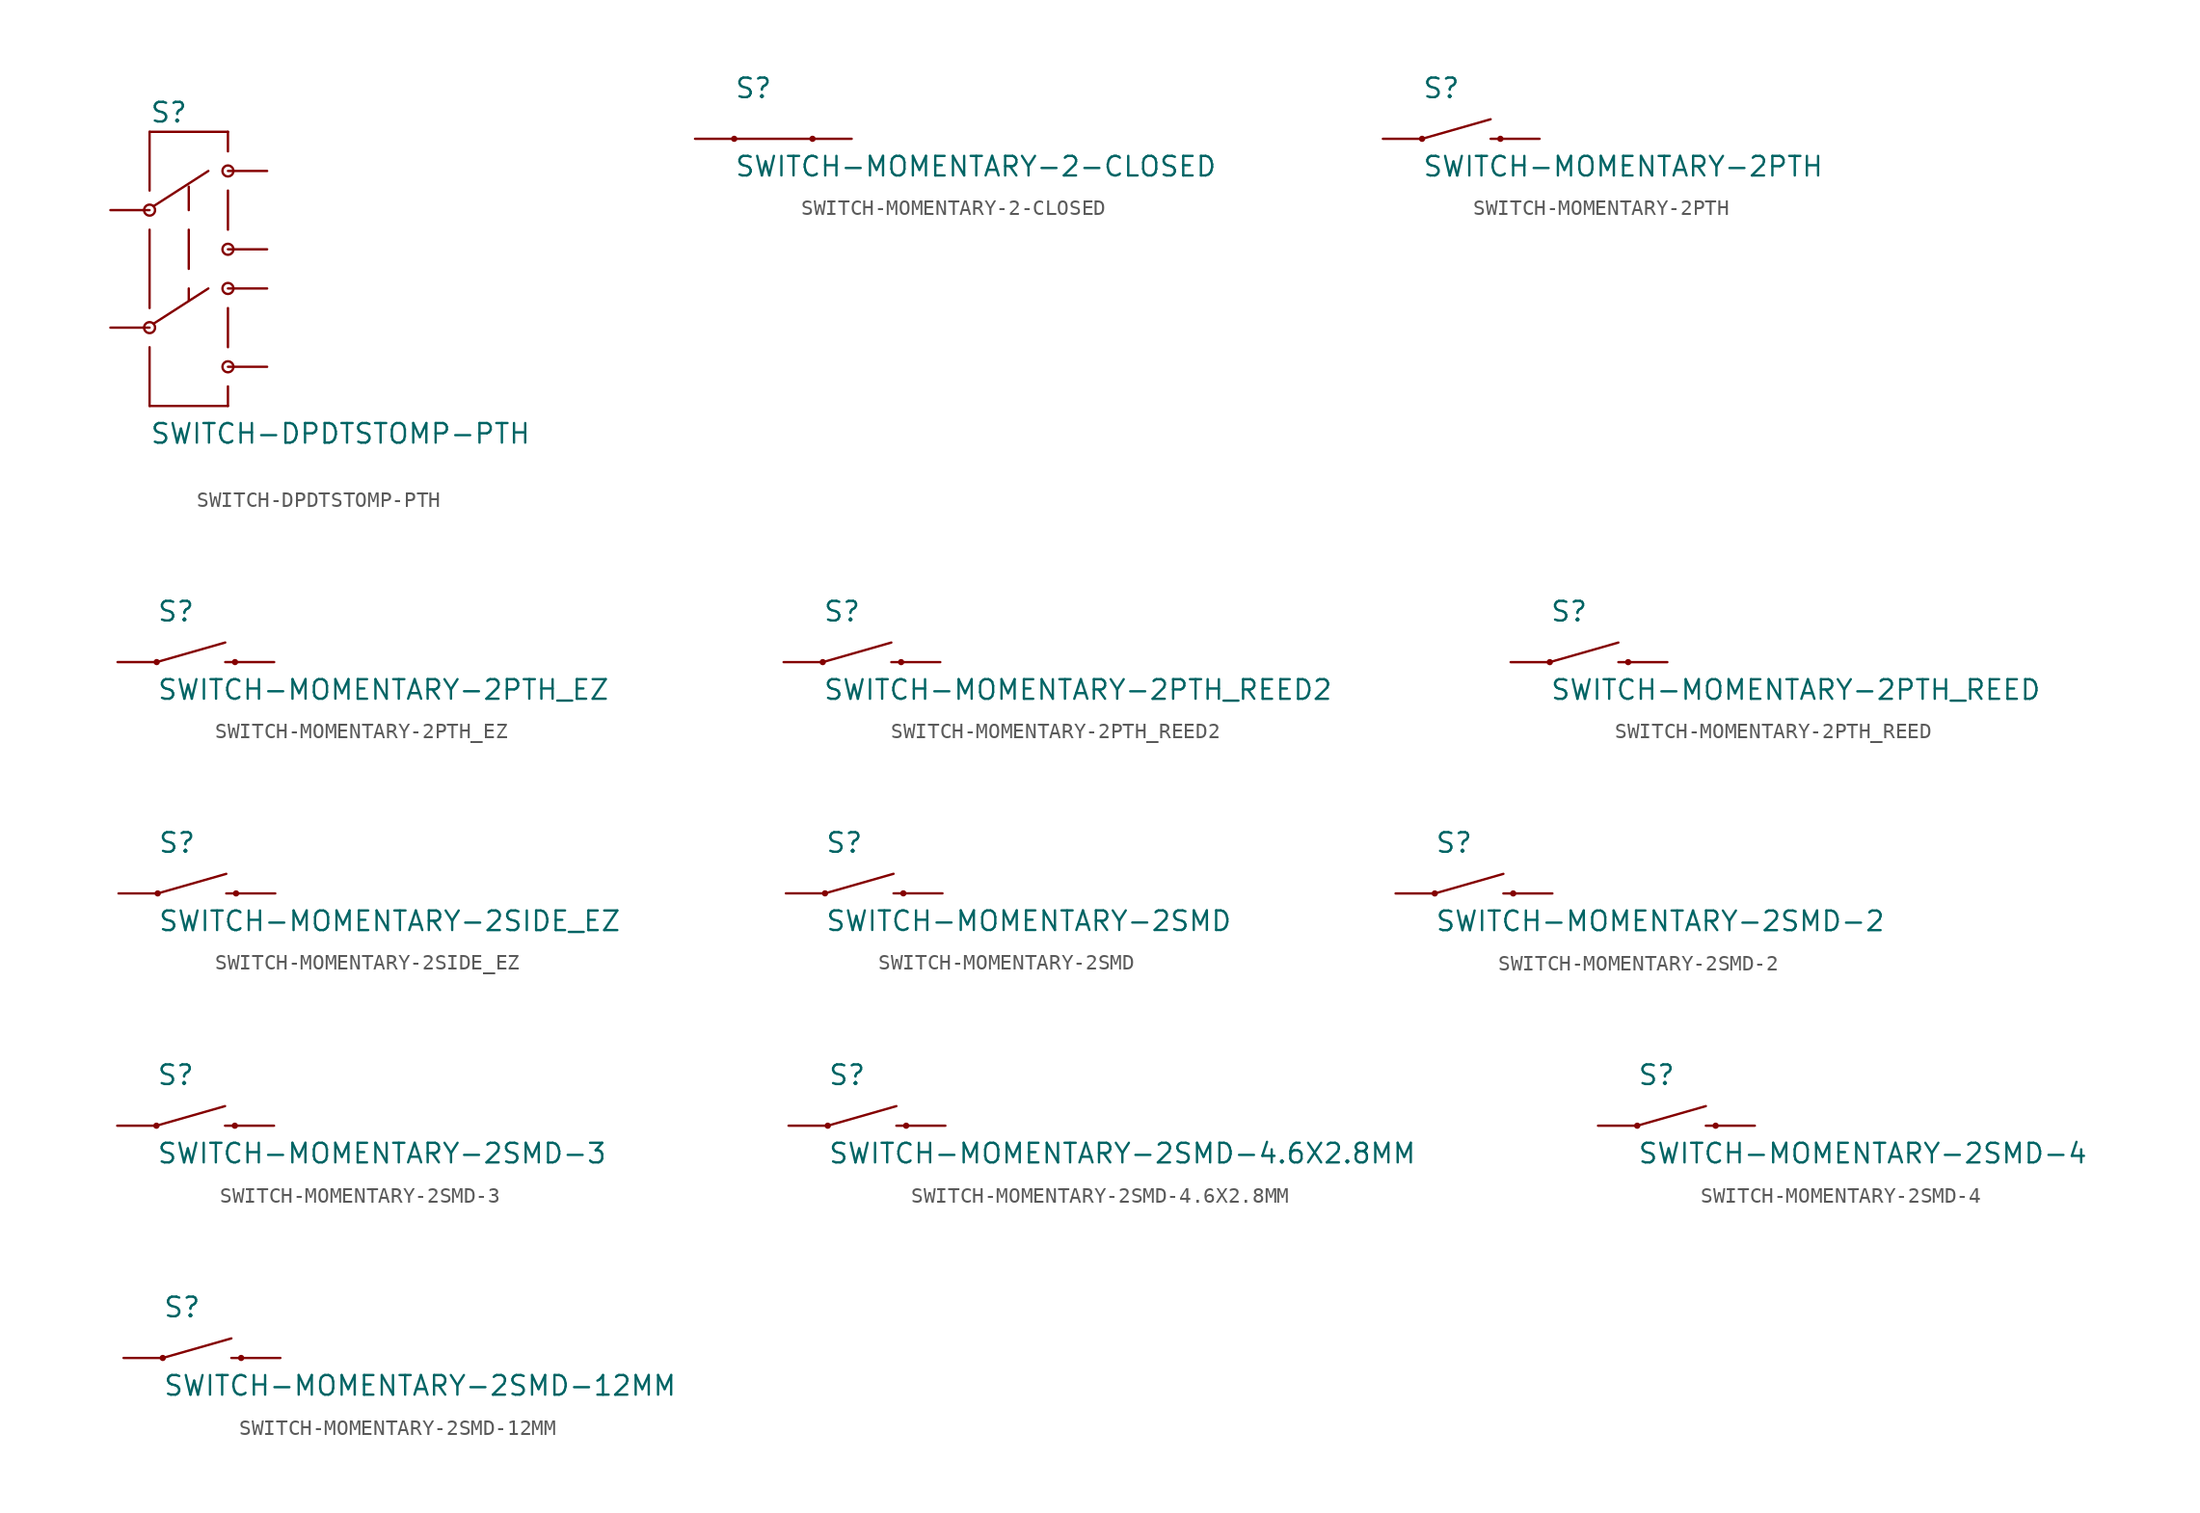
<source format=kicad_sym>
(kicad_symbol_lib
  (version 20220914)
  (generator kicad_symbol_editor)
  (symbol "SWITCH-DPDTSTOMP-PTH"
    (pin_numbers hide)
    (pin_names
      (offset 1.016) hide)
    (property "Reference" "S"
      (at -2.54 8.128 0)
      (effects (font (size 1.27 1.27)) (justify left bottom)))
    (property "Value" "SWITCH-DPDTSTOMP-PTH"
      (at -2.54 -12.7 0)
      (effects (font (size 1.27 1.27)) (justify left bottom)))
    (property "ki_locked" ""
      (at 0 0 0)
      (effects (font (size 1.27 1.27))))
    (symbol "SWITCH-DPDTSTOMP-PTH_1_0"
      (polyline (pts (xy -2.54 -10.16) (xy 2.54 -10.16)) (stroke (width 0) (type solid)) (fill (type none)))
      (polyline (pts (xy -2.54 -6.35) (xy -2.54 -10.16)) (stroke (width 0) (type solid)) (fill (type none)))
      (polyline (pts (xy -2.54 1.27) (xy -2.54 -3.81)) (stroke (width 0) (type solid)) (fill (type none)))
      (polyline (pts (xy -2.54 7.62) (xy -2.54 3.81)) (stroke (width 0) (type solid)) (fill (type none)))
      (polyline (pts (xy -2.286 -4.826) (xy 1.27 -2.54)) (stroke (width 0) (type solid)) (fill (type none)))
      (polyline (pts (xy 0 -2.54) (xy 0 -3.302)) (stroke (width 0) (type solid)) (fill (type none)))
      (polyline (pts (xy 0 1.27) (xy 0 -1.27)) (stroke (width 0) (type solid)) (fill (type none)))
      (polyline (pts (xy 0 4.064) (xy 0 2.54)) (stroke (width 0) (type solid)) (fill (type none)))
      (polyline (pts (xy 1.27 5.08) (xy -2.286 2.794)) (stroke (width 0) (type solid)) (fill (type none)))
      (polyline (pts (xy 2.54 -10.16) (xy 2.54 -8.89)) (stroke (width 0) (type solid)) (fill (type none)))
      (polyline (pts (xy 2.54 -6.35) (xy 2.54 -3.81)) (stroke (width 0) (type solid)) (fill (type none)))
      (polyline (pts (xy 2.54 3.81) (xy 2.54 1.27)) (stroke (width 0) (type solid)) (fill (type none)))
      (polyline (pts (xy 2.54 6.35) (xy 2.54 7.62)) (stroke (width 0) (type solid)) (fill (type none)))
      (polyline (pts (xy 2.54 7.62) (xy -2.54 7.62)) (stroke (width 0) (type solid)) (fill (type none))))
    (symbol "SWITCH-DPDTSTOMP-PTH_1_1"
      (circle (center -2.54 -5.08) (radius 0.356) (stroke (width 0) (type solid)) (fill (type none)))
      (circle (center -2.54 2.54) (radius 0.356) (stroke (width 0) (type solid)) (fill (type none)))
      (circle (center 2.54 -7.62) (radius 0.356) (stroke (width 0) (type solid)) (fill (type none)))
      (circle (center 2.54 -2.54) (radius 0.356) (stroke (width 0) (type solid)) (fill (type none)))
      (circle (center 2.54 0) (radius 0.356) (stroke (width 0) (type solid)) (fill (type none)))
      (circle (center 2.54 5.08) (radius 0.356) (stroke (width 0) (type solid)) (fill (type none)))
      (pin bidirectional line (at 5.08 5.08 180) (length 2.54) (name "1" (effects (font (size 1.016 1.016)))) (number "P$1" (effects (font (size 1.016 1.016)))))
      (pin bidirectional line (at -5.08 2.54 0) (length 2.54) (name "2" (effects (font (size 1.016 1.016)))) (number "P$2" (effects (font (size 1.016 1.016)))))
      (pin bidirectional line (at 5.08 0 180) (length 2.54) (name "3" (effects (font (size 1.016 1.016)))) (number "P$3" (effects (font (size 1.016 1.016)))))
      (pin bidirectional line (at 5.08 -2.54 180) (length 2.54) (name "4" (effects (font (size 1.016 1.016)))) (number "P$4" (effects (font (size 1.016 1.016)))))
      (pin bidirectional line (at -5.08 -5.08 0) (length 2.54) (name "5" (effects (font (size 1.016 1.016)))) (number "P$5" (effects (font (size 1.016 1.016)))))
      (pin bidirectional line (at 5.08 -7.62 180) (length 2.54) (name "6" (effects (font (size 1.016 1.016)))) (number "P$6" (effects (font (size 1.016 1.016)))))))
  (symbol "SWITCH-MOMENTARY-2-CLOSED"
    (pin_numbers hide)
    (pin_names
      (offset 1.016) hide)
    (property "Reference" "S"
      (at -2.54 2.54 0)
      (effects (font (size 1.27 1.27)) (justify left bottom)))
    (property "Value" "SWITCH-MOMENTARY-2-CLOSED"
      (at -2.54 -2.54 0)
      (effects (font (size 1.27 1.27)) (justify left bottom)))
    (property "ki_locked" ""
      (at 0 0 0)
      (effects (font (size 1.27 1.27))))
    (symbol "SWITCH-MOMENTARY-2-CLOSED_1_0"
      (polyline (pts (xy -2.54 0) (xy 2.54 0)) (stroke (width 0) (type solid)) (fill (type none))))
    (symbol "SWITCH-MOMENTARY-2-CLOSED_1_1"
      (circle (center -2.54 0) (radius 0.127) (stroke (width 0) (type solid)) (fill (type outline)))
      (circle (center 2.54 0) (radius 0.127) (stroke (width 0) (type solid)) (fill (type outline)))
      (pin passive line (at -5.08 0 0) (length 2.54) (name "1" (effects (font (size 1.016 1.016)))) (number "1" (effects (font (size 1.016 1.016)))))
      (pin passive line (at 5.08 0 180) (length 2.54) (name "2" (effects (font (size 1.016 1.016)))) (number "3" (effects (font (size 1.016 1.016)))))))
  (symbol "SWITCH-MOMENTARY-2PTH"
    (pin_numbers hide)
    (pin_names
      (offset 1.016) hide)
    (property "Reference" "S"
      (at -2.54 2.54 0)
      (effects (font (size 1.27 1.27)) (justify left bottom)))
    (property "Value" "SWITCH-MOMENTARY-2PTH"
      (at -2.54 -2.54 0)
      (effects (font (size 1.27 1.27)) (justify left bottom)))
    (property "ki_locked" ""
      (at 0 0 0)
      (effects (font (size 1.27 1.27))))
    (symbol "SWITCH-MOMENTARY-2PTH_1_0"
      (polyline (pts (xy -2.54 0) (xy 1.905 1.27)) (stroke (width 0) (type solid)) (fill (type none)))
      (polyline (pts (xy 1.905 0) (xy 2.54 0)) (stroke (width 0) (type solid)) (fill (type none))))
    (symbol "SWITCH-MOMENTARY-2PTH_1_1"
      (circle (center -2.54 0) (radius 0.127) (stroke (width 0) (type solid)) (fill (type outline)))
      (circle (center 2.54 0) (radius 0.127) (stroke (width 0) (type solid)) (fill (type outline)))
      (pin passive line (at -5.08 0 0) (length 2.54) (name "1" (effects (font (size 1.016 1.016)))) (number "1" (effects (font (size 1.016 1.016)))))
      (pin passive line (at 5.08 0 180) (length 2.54) (name "2" (effects (font (size 1.016 1.016)))) (number "3" (effects (font (size 1.016 1.016)))))))
  (symbol "SWITCH-MOMENTARY-2PTH_EZ"
    (pin_numbers hide)
    (pin_names
      (offset 1.016) hide)
    (property "Reference" "S"
      (at -2.54 2.54 0)
      (effects (font (size 1.27 1.27)) (justify left bottom)))
    (property "Value" "SWITCH-MOMENTARY-2PTH_EZ"
      (at -2.54 -2.54 0)
      (effects (font (size 1.27 1.27)) (justify left bottom)))
    (property "ki_locked" ""
      (at 0 0 0)
      (effects (font (size 1.27 1.27))))
    (symbol "SWITCH-MOMENTARY-2PTH_EZ_1_0"
      (polyline (pts (xy -2.54 0) (xy 1.905 1.27)) (stroke (width 0) (type solid)) (fill (type none)))
      (polyline (pts (xy 1.905 0) (xy 2.54 0)) (stroke (width 0) (type solid)) (fill (type none))))
    (symbol "SWITCH-MOMENTARY-2PTH_EZ_1_1"
      (circle (center -2.54 0) (radius 0.127) (stroke (width 0) (type solid)) (fill (type outline)))
      (circle (center 2.54 0) (radius 0.127) (stroke (width 0) (type solid)) (fill (type outline)))
      (pin passive line (at -5.08 0 0) (length 2.54) (name "1" (effects (font (size 1.016 1.016)))) (number "1" (effects (font (size 1.016 1.016)))))
      (pin passive line (at 5.08 0 180) (length 2.54) (name "2" (effects (font (size 1.016 1.016)))) (number "3" (effects (font (size 1.016 1.016)))))))
  (symbol "SWITCH-MOMENTARY-2PTH_REED2"
    (pin_numbers hide)
    (pin_names
      (offset 1.016) hide)
    (property "Reference" "S"
      (at -2.54 2.54 0)
      (effects (font (size 1.27 1.27)) (justify left bottom)))
    (property "Value" "SWITCH-MOMENTARY-2PTH_REED2"
      (at -2.54 -2.54 0)
      (effects (font (size 1.27 1.27)) (justify left bottom)))
    (property "ki_locked" ""
      (at 0 0 0)
      (effects (font (size 1.27 1.27))))
    (symbol "SWITCH-MOMENTARY-2PTH_REED2_1_0"
      (polyline (pts (xy -2.54 0) (xy 1.905 1.27)) (stroke (width 0) (type solid)) (fill (type none)))
      (polyline (pts (xy 1.905 0) (xy 2.54 0)) (stroke (width 0) (type solid)) (fill (type none))))
    (symbol "SWITCH-MOMENTARY-2PTH_REED2_1_1"
      (circle (center -2.54 0) (radius 0.127) (stroke (width 0) (type solid)) (fill (type outline)))
      (circle (center 2.54 0) (radius 0.127) (stroke (width 0) (type solid)) (fill (type outline)))
      (pin passive line (at -5.08 0 0) (length 2.54) (name "1" (effects (font (size 1.016 1.016)))) (number "P$1" (effects (font (size 1.016 1.016)))))
      (pin passive line (at 5.08 0 180) (length 2.54) (name "2" (effects (font (size 1.016 1.016)))) (number "P$2" (effects (font (size 1.016 1.016)))))))
  (symbol "SWITCH-MOMENTARY-2PTH_REED"
    (pin_numbers hide)
    (pin_names
      (offset 1.016) hide)
    (property "Reference" "S"
      (at -2.54 2.54 0)
      (effects (font (size 1.27 1.27)) (justify left bottom)))
    (property "Value" "SWITCH-MOMENTARY-2PTH_REED"
      (at -2.54 -2.54 0)
      (effects (font (size 1.27 1.27)) (justify left bottom)))
    (property "ki_locked" ""
      (at 0 0 0)
      (effects (font (size 1.27 1.27))))
    (symbol "SWITCH-MOMENTARY-2PTH_REED_1_0"
      (polyline (pts (xy -2.54 0) (xy 1.905 1.27)) (stroke (width 0) (type solid)) (fill (type none)))
      (polyline (pts (xy 1.905 0) (xy 2.54 0)) (stroke (width 0) (type solid)) (fill (type none))))
    (symbol "SWITCH-MOMENTARY-2PTH_REED_1_1"
      (circle (center -2.54 0) (radius 0.127) (stroke (width 0) (type solid)) (fill (type outline)))
      (circle (center 2.54 0) (radius 0.127) (stroke (width 0) (type solid)) (fill (type outline)))
      (pin passive line (at -5.08 0 0) (length 2.54) (name "1" (effects (font (size 1.016 1.016)))) (number "P$1" (effects (font (size 1.016 1.016)))))
      (pin passive line (at 5.08 0 180) (length 2.54) (name "2" (effects (font (size 1.016 1.016)))) (number "P$2" (effects (font (size 1.016 1.016)))))))
  (symbol "SWITCH-MOMENTARY-2SIDE_EZ"
    (pin_numbers hide)
    (pin_names
      (offset 1.016) hide)
    (property "Reference" "S"
      (at -2.54 2.54 0)
      (effects (font (size 1.27 1.27)) (justify left bottom)))
    (property "Value" "SWITCH-MOMENTARY-2SIDE_EZ"
      (at -2.54 -2.54 0)
      (effects (font (size 1.27 1.27)) (justify left bottom)))
    (property "ki_locked" ""
      (at 0 0 0)
      (effects (font (size 1.27 1.27))))
    (symbol "SWITCH-MOMENTARY-2SIDE_EZ_1_0"
      (polyline (pts (xy -2.54 0) (xy 1.905 1.27)) (stroke (width 0) (type solid)) (fill (type none)))
      (polyline (pts (xy 1.905 0) (xy 2.54 0)) (stroke (width 0) (type solid)) (fill (type none))))
    (symbol "SWITCH-MOMENTARY-2SIDE_EZ_1_1"
      (circle (center -2.54 0) (radius 0.127) (stroke (width 0) (type solid)) (fill (type outline)))
      (circle (center 2.54 0) (radius 0.127) (stroke (width 0) (type solid)) (fill (type outline)))
      (pin passive line (at -5.08 0 0) (length 2.54) (name "1" (effects (font (size 1.016 1.016)))) (number "1" (effects (font (size 1.016 1.016)))))
      (pin passive line (at 5.08 0 180) (length 2.54) (name "2" (effects (font (size 1.016 1.016)))) (number "2" (effects (font (size 1.016 1.016)))))))
  (symbol "SWITCH-MOMENTARY-2SMD"
    (pin_numbers hide)
    (pin_names
      (offset 1.016) hide)
    (property "Reference" "S"
      (at -2.54 2.54 0)
      (effects (font (size 1.27 1.27)) (justify left bottom)))
    (property "Value" "SWITCH-MOMENTARY-2SMD"
      (at -2.54 -2.54 0)
      (effects (font (size 1.27 1.27)) (justify left bottom)))
    (property "ki_locked" ""
      (at 0 0 0)
      (effects (font (size 1.27 1.27))))
    (symbol "SWITCH-MOMENTARY-2SMD_1_0"
      (polyline (pts (xy -2.54 0) (xy 1.905 1.27)) (stroke (width 0) (type solid)) (fill (type none)))
      (polyline (pts (xy 1.905 0) (xy 2.54 0)) (stroke (width 0) (type solid)) (fill (type none))))
    (symbol "SWITCH-MOMENTARY-2SMD_1_1"
      (circle (center -2.54 0) (radius 0.127) (stroke (width 0) (type solid)) (fill (type outline)))
      (circle (center 2.54 0) (radius 0.127) (stroke (width 0) (type solid)) (fill (type outline)))
      (pin passive line (at -5.08 0 0) (length 2.54) (name "1" (effects (font (size 1.016 1.016)))) (number "1" (effects (font (size 1.016 1.016)))))
      (pin passive line (at 5.08 0 180) (length 2.54) (name "2" (effects (font (size 1.016 1.016)))) (number "3" (effects (font (size 1.016 1.016)))))))
  (symbol "SWITCH-MOMENTARY-2SMD-2"
    (pin_numbers hide)
    (pin_names
      (offset 1.016) hide)
    (property "Reference" "S"
      (at -2.54 2.54 0)
      (effects (font (size 1.27 1.27)) (justify left bottom)))
    (property "Value" "SWITCH-MOMENTARY-2SMD-2"
      (at -2.54 -2.54 0)
      (effects (font (size 1.27 1.27)) (justify left bottom)))
    (property "ki_locked" ""
      (at 0 0 0)
      (effects (font (size 1.27 1.27))))
    (symbol "SWITCH-MOMENTARY-2SMD-2_1_0"
      (polyline (pts (xy -2.54 0) (xy 1.905 1.27)) (stroke (width 0) (type solid)) (fill (type none)))
      (polyline (pts (xy 1.905 0) (xy 2.54 0)) (stroke (width 0) (type solid)) (fill (type none))))
    (symbol "SWITCH-MOMENTARY-2SMD-2_1_1"
      (circle (center -2.54 0) (radius 0.127) (stroke (width 0) (type solid)) (fill (type outline)))
      (circle (center 2.54 0) (radius 0.127) (stroke (width 0) (type solid)) (fill (type outline)))
      (pin passive line (at 5.08 0 180) (length 2.54) (name "2" (effects (font (size 1.016 1.016)))) (number "1" (effects (font (size 1.016 1.016)))))
      (pin passive line (at -5.08 0 0) (length 2.54) (name "1" (effects (font (size 1.016 1.016)))) (number "2" (effects (font (size 1.016 1.016)))))))
  (symbol "SWITCH-MOMENTARY-2SMD-3"
    (pin_numbers hide)
    (pin_names
      (offset 1.016) hide)
    (property "Reference" "S"
      (at -2.54 2.54 0)
      (effects (font (size 1.27 1.27)) (justify left bottom)))
    (property "Value" "SWITCH-MOMENTARY-2SMD-3"
      (at -2.54 -2.54 0)
      (effects (font (size 1.27 1.27)) (justify left bottom)))
    (property "ki_locked" ""
      (at 0 0 0)
      (effects (font (size 1.27 1.27))))
    (symbol "SWITCH-MOMENTARY-2SMD-3_1_0"
      (polyline (pts (xy -2.54 0) (xy 1.905 1.27)) (stroke (width 0) (type solid)) (fill (type none)))
      (polyline (pts (xy 1.905 0) (xy 2.54 0)) (stroke (width 0) (type solid)) (fill (type none))))
    (symbol "SWITCH-MOMENTARY-2SMD-3_1_1"
      (circle (center -2.54 0) (radius 0.127) (stroke (width 0) (type solid)) (fill (type outline)))
      (circle (center 2.54 0) (radius 0.127) (stroke (width 0) (type solid)) (fill (type outline)))
      (pin passive line (at -5.08 0 0) (length 2.54) (name "1" (effects (font (size 1.016 1.016)))) (number "1" (effects (font (size 1.016 1.016)))))
      (pin passive line (at 5.08 0 180) (length 2.54) (name "2" (effects (font (size 1.016 1.016)))) (number "4" (effects (font (size 1.016 1.016)))))))
  (symbol "SWITCH-MOMENTARY-2SMD-4.6X2.8MM"
    (pin_numbers hide)
    (pin_names
      (offset 1.016) hide)
    (property "Reference" "S"
      (at -2.54 2.54 0)
      (effects (font (size 1.27 1.27)) (justify left bottom)))
    (property "Value" "SWITCH-MOMENTARY-2SMD-4.6X2.8MM"
      (at -2.54 -2.54 0)
      (effects (font (size 1.27 1.27)) (justify left bottom)))
    (property "ki_locked" ""
      (at 0 0 0)
      (effects (font (size 1.27 1.27))))
    (symbol "SWITCH-MOMENTARY-2SMD-4.6X2.8MM_1_0"
      (polyline (pts (xy -2.54 0) (xy 1.905 1.27)) (stroke (width 0) (type solid)) (fill (type none)))
      (polyline (pts (xy 1.905 0) (xy 2.54 0)) (stroke (width 0) (type solid)) (fill (type none))))
    (symbol "SWITCH-MOMENTARY-2SMD-4.6X2.8MM_1_1"
      (circle (center -2.54 0) (radius 0.127) (stroke (width 0) (type solid)) (fill (type outline)))
      (circle (center 2.54 0) (radius 0.127) (stroke (width 0) (type solid)) (fill (type outline)))
      (pin passive line (at -5.08 0 0) (length 2.54) (name "1" (effects (font (size 1.016 1.016)))) (number "1" (effects (font (size 1.016 1.016)))))
      (pin passive line (at -5.08 0 0) (length 2.54) hide (name "1" (effects (font (size 1.016 1.016)))) (number "2" (effects (font (size 1.016 1.016)))))
      (pin passive line (at 5.08 0 180) (length 2.54) (name "2" (effects (font (size 1.016 1.016)))) (number "3" (effects (font (size 1.016 1.016)))))
      (pin passive line (at 5.08 0 180) (length 2.54) hide (name "2" (effects (font (size 1.016 1.016)))) (number "4" (effects (font (size 1.016 1.016)))))))
  (symbol "SWITCH-MOMENTARY-2SMD-4"
    (pin_numbers hide)
    (pin_names
      (offset 1.016) hide)
    (property "Reference" "S"
      (at -2.54 2.54 0)
      (effects (font (size 1.27 1.27)) (justify left bottom)))
    (property "Value" "SWITCH-MOMENTARY-2SMD-4"
      (at -2.54 -2.54 0)
      (effects (font (size 1.27 1.27)) (justify left bottom)))
    (property "ki_locked" ""
      (at 0 0 0)
      (effects (font (size 1.27 1.27))))
    (symbol "SWITCH-MOMENTARY-2SMD-4_1_0"
      (polyline (pts (xy -2.54 0) (xy 1.905 1.27)) (stroke (width 0) (type solid)) (fill (type none)))
      (polyline (pts (xy 1.905 0) (xy 2.54 0)) (stroke (width 0) (type solid)) (fill (type none))))
    (symbol "SWITCH-MOMENTARY-2SMD-4_1_1"
      (circle (center -2.54 0) (radius 0.127) (stroke (width 0) (type solid)) (fill (type outline)))
      (circle (center 2.54 0) (radius 0.127) (stroke (width 0) (type solid)) (fill (type outline)))
      (pin passive line (at -5.08 0 0) (length 2.54) (name "1" (effects (font (size 1.016 1.016)))) (number "A2" (effects (font (size 1.016 1.016)))))
      (pin passive line (at 5.08 0 180) (length 2.54) (name "2" (effects (font (size 1.016 1.016)))) (number "B2" (effects (font (size 1.016 1.016)))))))
  (symbol "SWITCH-MOMENTARY-2SMD-12MM"
    (pin_numbers hide)
    (pin_names
      (offset 1.016) hide)
    (property "Reference" "S"
      (at -2.54 2.54 0)
      (effects (font (size 1.27 1.27)) (justify left bottom)))
    (property "Value" "SWITCH-MOMENTARY-2SMD-12MM"
      (at -2.54 -2.54 0)
      (effects (font (size 1.27 1.27)) (justify left bottom)))
    (property "ki_locked" ""
      (at 0 0 0)
      (effects (font (size 1.27 1.27))))
    (symbol "SWITCH-MOMENTARY-2SMD-12MM_1_0"
      (polyline (pts (xy -2.54 0) (xy 1.905 1.27)) (stroke (width 0) (type solid)) (fill (type none)))
      (polyline (pts (xy 1.905 0) (xy 2.54 0)) (stroke (width 0) (type solid)) (fill (type none))))
    (symbol "SWITCH-MOMENTARY-2SMD-12MM_1_1"
      (circle (center -2.54 0) (radius 0.127) (stroke (width 0) (type solid)) (fill (type outline)))
      (circle (center 2.54 0) (radius 0.127) (stroke (width 0) (type solid)) (fill (type outline)))
      (pin passive line (at -5.08 0 0) (length 2.54) (name "1" (effects (font (size 1.016 1.016)))) (number "1" (effects (font (size 1.016 1.016)))))
      (pin passive line (at 5.08 0 180) (length 2.54) (name "2" (effects (font (size 1.016 1.016)))) (number "3" (effects (font (size 1.016 1.016))))))))
</source>
